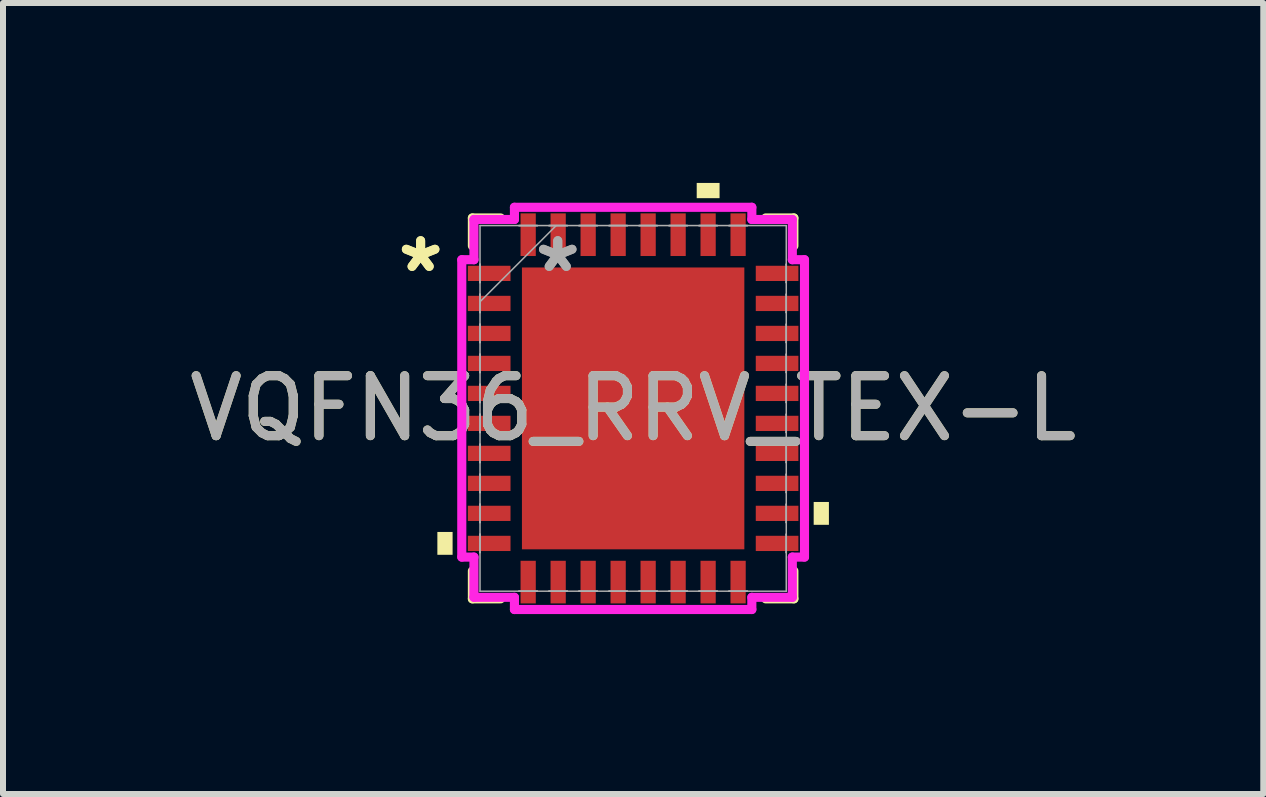
<source format=kicad_pcb>
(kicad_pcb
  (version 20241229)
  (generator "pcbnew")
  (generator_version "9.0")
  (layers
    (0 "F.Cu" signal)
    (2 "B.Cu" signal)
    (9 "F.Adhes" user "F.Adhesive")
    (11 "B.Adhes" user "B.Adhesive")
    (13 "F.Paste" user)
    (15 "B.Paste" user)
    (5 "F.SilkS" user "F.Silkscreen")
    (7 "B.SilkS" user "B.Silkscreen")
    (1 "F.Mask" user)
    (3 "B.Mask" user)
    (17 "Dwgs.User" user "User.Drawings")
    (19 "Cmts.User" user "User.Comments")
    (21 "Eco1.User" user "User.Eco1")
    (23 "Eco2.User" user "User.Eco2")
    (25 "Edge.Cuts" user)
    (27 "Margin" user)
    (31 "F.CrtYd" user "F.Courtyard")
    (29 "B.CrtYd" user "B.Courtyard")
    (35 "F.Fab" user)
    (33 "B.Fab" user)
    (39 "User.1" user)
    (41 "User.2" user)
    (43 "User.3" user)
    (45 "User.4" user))
  (footprint "VQFN36_RRV_TEX-L"
    (layer "F.Cu")
    (at 7.506 3.759)
    (property "Reference" "VQFN36_RRV_TEX-L" (at 0 0 0) (unlocked yes) (layer "F.SilkS") (effects (font (size 1 1) (thickness 0.15))))
    (attr smd)
    (fp_line (start -2.68 -3.175) (end -2.68 -2.71) (stroke (width 0.152) (type solid)) (layer "F.SilkS"))
    (fp_line (start -2.68 2.71) (end -2.68 3.175) (stroke (width 0.152) (type solid)) (layer "F.SilkS"))
    (fp_line (start -2.68 3.175) (end -2.21 3.175) (stroke (width 0.152) (type solid)) (layer "F.SilkS"))
    (fp_line (start -2.21 -3.175) (end -2.68 -3.175) (stroke (width 0.152) (type solid)) (layer "F.SilkS"))
    (fp_line (start 2.21 3.175) (end 2.68 3.175) (stroke (width 0.152) (type solid)) (layer "F.SilkS"))
    (fp_line (start 2.68 -3.175) (end 2.21 -3.175) (stroke (width 0.152) (type solid)) (layer "F.SilkS"))
    (fp_line (start 2.68 -2.71) (end 2.68 -3.175) (stroke (width 0.152) (type solid)) (layer "F.SilkS"))
    (fp_line (start 2.68 3.175) (end 2.68 2.71) (stroke (width 0.152) (type solid)) (layer "F.SilkS"))
    (fp_poly (pts (xy -3.264 2.06) (xy -3.264 2.441) (xy -3.01 2.441) (xy -3.01 2.06)) (stroke (width 0) (type solid)) (fill yes) (layer "F.SilkS"))
    (fp_poly (pts (xy 1.06 -3.505) (xy 1.06 -3.759) (xy 1.441 -3.759) (xy 1.441 -3.505)) (stroke (width 0) (type solid)) (fill yes) (layer "F.SilkS"))
    (fp_poly (pts (xy 3.264 1.56) (xy 3.264 1.941) (xy 3.01 1.941) (xy 3.01 1.56)) (stroke (width 0) (type solid)) (fill yes) (layer "F.SilkS"))
    (fp_line (start -2.857 -2.479) (end -2.654 -2.479) (stroke (width 0.152) (type solid)) (layer "F.CrtYd"))
    (fp_line (start -2.857 2.479) (end -2.857 -2.479) (stroke (width 0.152) (type solid)) (layer "F.CrtYd"))
    (fp_line (start -2.654 -3.15) (end -1.979 -3.15) (stroke (width 0.152) (type solid)) (layer "F.CrtYd"))
    (fp_line (start -2.654 -2.479) (end -2.654 -3.15) (stroke (width 0.152) (type solid)) (layer "F.CrtYd"))
    (fp_line (start -2.654 2.479) (end -2.857 2.479) (stroke (width 0.152) (type solid)) (layer "F.CrtYd"))
    (fp_line (start -2.654 3.15) (end -2.654 2.479) (stroke (width 0.152) (type solid)) (layer "F.CrtYd"))
    (fp_line (start -1.979 -3.353) (end 1.979 -3.353) (stroke (width 0.152) (type solid)) (layer "F.CrtYd"))
    (fp_line (start -1.979 -3.15) (end -1.979 -3.353) (stroke (width 0.152) (type solid)) (layer "F.CrtYd"))
    (fp_line (start -1.979 3.15) (end -2.654 3.15) (stroke (width 0.152) (type solid)) (layer "F.CrtYd"))
    (fp_line (start -1.979 3.353) (end -1.979 3.15) (stroke (width 0.152) (type solid)) (layer "F.CrtYd"))
    (fp_line (start 1.979 -3.353) (end 1.979 -3.15) (stroke (width 0.152) (type solid)) (layer "F.CrtYd"))
    (fp_line (start 1.979 -3.15) (end 2.654 -3.15) (stroke (width 0.152) (type solid)) (layer "F.CrtYd"))
    (fp_line (start 1.979 3.15) (end 1.979 3.353) (stroke (width 0.152) (type solid)) (layer "F.CrtYd"))
    (fp_line (start 1.979 3.353) (end -1.979 3.353) (stroke (width 0.152) (type solid)) (layer "F.CrtYd"))
    (fp_line (start 2.654 -3.15) (end 2.654 -2.479) (stroke (width 0.152) (type solid)) (layer "F.CrtYd"))
    (fp_line (start 2.654 -2.479) (end 2.857 -2.479) (stroke (width 0.152) (type solid)) (layer "F.CrtYd"))
    (fp_line (start 2.654 2.479) (end 2.654 3.15) (stroke (width 0.152) (type solid)) (layer "F.CrtYd"))
    (fp_line (start 2.654 3.15) (end 1.979 3.15) (stroke (width 0.152) (type solid)) (layer "F.CrtYd"))
    (fp_line (start 2.857 -2.479) (end 2.857 2.479) (stroke (width 0.152) (type solid)) (layer "F.CrtYd"))
    (fp_line (start 2.857 2.479) (end 2.654 2.479) (stroke (width 0.152) (type solid)) (layer "F.CrtYd"))
    (fp_line (start -2.553 -3.048) (end -2.553 3.048) (stroke (width 0.025) (type solid)) (layer "F.Fab"))
    (fp_line (start -2.553 -2.403) (end -2.553 -2.403) (stroke (width 0.025) (type solid)) (layer "F.Fab"))
    (fp_line (start -2.553 -2.403) (end -2.553 -2.098) (stroke (width 0.025) (type solid)) (layer "F.Fab"))
    (fp_line (start -2.553 -2.098) (end -2.553 -2.403) (stroke (width 0.025) (type solid)) (layer "F.Fab"))
    (fp_line (start -2.553 -2.098) (end -2.553 -2.098) (stroke (width 0.025) (type solid)) (layer "F.Fab"))
    (fp_line (start -2.553 -1.903) (end -2.553 -1.903) (stroke (width 0.025) (type solid)) (layer "F.Fab"))
    (fp_line (start -2.553 -1.903) (end -2.553 -1.598) (stroke (width 0.025) (type solid)) (layer "F.Fab"))
    (fp_line (start -2.553 -1.778) (end -1.283 -3.048) (stroke (width 0.025) (type solid)) (layer "F.Fab"))
    (fp_line (start -2.553 -1.598) (end -2.553 -1.903) (stroke (width 0.025) (type solid)) (layer "F.Fab"))
    (fp_line (start -2.553 -1.598) (end -2.553 -1.598) (stroke (width 0.025) (type solid)) (layer "F.Fab"))
    (fp_line (start -2.553 -1.403) (end -2.553 -1.403) (stroke (width 0.025) (type solid)) (layer "F.Fab"))
    (fp_line (start -2.553 -1.403) (end -2.553 -1.098) (stroke (width 0.025) (type solid)) (layer "F.Fab"))
    (fp_line (start -2.553 -1.098) (end -2.553 -1.403) (stroke (width 0.025) (type solid)) (layer "F.Fab"))
    (fp_line (start -2.553 -1.098) (end -2.553 -1.098) (stroke (width 0.025) (type solid)) (layer "F.Fab"))
    (fp_line (start -2.553 -0.903) (end -2.553 -0.903) (stroke (width 0.025) (type solid)) (layer "F.Fab"))
    (fp_line (start -2.553 -0.903) (end -2.553 -0.598) (stroke (width 0.025) (type solid)) (layer "F.Fab"))
    (fp_line (start -2.553 -0.598) (end -2.553 -0.903) (stroke (width 0.025) (type solid)) (layer "F.Fab"))
    (fp_line (start -2.553 -0.598) (end -2.553 -0.598) (stroke (width 0.025) (type solid)) (layer "F.Fab"))
    (fp_line (start -2.553 -0.402) (end -2.553 -0.402) (stroke (width 0.025) (type solid)) (layer "F.Fab"))
    (fp_line (start -2.553 -0.402) (end -2.553 -0.098) (stroke (width 0.025) (type solid)) (layer "F.Fab"))
    (fp_line (start -2.553 -0.098) (end -2.553 -0.402) (stroke (width 0.025) (type solid)) (layer "F.Fab"))
    (fp_line (start -2.553 -0.098) (end -2.553 -0.098) (stroke (width 0.025) (type solid)) (layer "F.Fab"))
    (fp_line (start -2.553 0.098) (end -2.553 0.098) (stroke (width 0.025) (type solid)) (layer "F.Fab"))
    (fp_line (start -2.553 0.098) (end -2.553 0.402) (stroke (width 0.025) (type solid)) (layer "F.Fab"))
    (fp_line (start -2.553 0.402) (end -2.553 0.098) (stroke (width 0.025) (type solid)) (layer "F.Fab"))
    (fp_line (start -2.553 0.402) (end -2.553 0.402) (stroke (width 0.025) (type solid)) (layer "F.Fab"))
    (fp_line (start -2.553 0.598) (end -2.553 0.598) (stroke (width 0.025) (type solid)) (layer "F.Fab"))
    (fp_line (start -2.553 0.598) (end -2.553 0.903) (stroke (width 0.025) (type solid)) (layer "F.Fab"))
    (fp_line (start -2.553 0.903) (end -2.553 0.598) (stroke (width 0.025) (type solid)) (layer "F.Fab"))
    (fp_line (start -2.553 0.903) (end -2.553 0.903) (stroke (width 0.025) (type solid)) (layer "F.Fab"))
    (fp_line (start -2.553 1.098) (end -2.553 1.098) (stroke (width 0.025) (type solid)) (layer "F.Fab"))
    (fp_line (start -2.553 1.098) (end -2.553 1.403) (stroke (width 0.025) (type solid)) (layer "F.Fab"))
    (fp_line (start -2.553 1.403) (end -2.553 1.098) (stroke (width 0.025) (type solid)) (layer "F.Fab"))
    (fp_line (start -2.553 1.403) (end -2.553 1.403) (stroke (width 0.025) (type solid)) (layer "F.Fab"))
    (fp_line (start -2.553 1.598) (end -2.553 1.598) (stroke (width 0.025) (type solid)) (layer "F.Fab"))
    (fp_line (start -2.553 1.598) (end -2.553 1.903) (stroke (width 0.025) (type solid)) (layer "F.Fab"))
    (fp_line (start -2.553 1.903) (end -2.553 1.598) (stroke (width 0.025) (type solid)) (layer "F.Fab"))
    (fp_line (start -2.553 1.903) (end -2.553 1.903) (stroke (width 0.025) (type solid)) (layer "F.Fab"))
    (fp_line (start -2.553 2.098) (end -2.553 2.098) (stroke (width 0.025) (type solid)) (layer "F.Fab"))
    (fp_line (start -2.553 2.098) (end -2.553 2.403) (stroke (width 0.025) (type solid)) (layer "F.Fab"))
    (fp_line (start -2.553 2.403) (end -2.553 2.098) (stroke (width 0.025) (type solid)) (layer "F.Fab"))
    (fp_line (start -2.553 2.403) (end -2.553 2.403) (stroke (width 0.025) (type solid)) (layer "F.Fab"))
    (fp_line (start -2.553 3.048) (end 2.553 3.048) (stroke (width 0.025) (type solid)) (layer "F.Fab"))
    (fp_line (start -1.903 -3.048) (end -1.903 -3.048) (stroke (width 0.025) (type solid)) (layer "F.Fab"))
    (fp_line (start -1.903 -3.048) (end -1.598 -3.048) (stroke (width 0.025) (type solid)) (layer "F.Fab"))
    (fp_line (start -1.903 3.048) (end -1.903 3.048) (stroke (width 0.025) (type solid)) (layer "F.Fab"))
    (fp_line (start -1.903 3.048) (end -1.598 3.048) (stroke (width 0.025) (type solid)) (layer "F.Fab"))
    (fp_line (start -1.598 -3.048) (end -1.903 -3.048) (stroke (width 0.025) (type solid)) (layer "F.Fab"))
    (fp_line (start -1.598 -3.048) (end -1.598 -3.048) (stroke (width 0.025) (type solid)) (layer "F.Fab"))
    (fp_line (start -1.598 3.048) (end -1.903 3.048) (stroke (width 0.025) (type solid)) (layer "F.Fab"))
    (fp_line (start -1.598 3.048) (end -1.598 3.048) (stroke (width 0.025) (type solid)) (layer "F.Fab"))
    (fp_line (start -1.403 -3.048) (end -1.403 -3.048) (stroke (width 0.025) (type solid)) (layer "F.Fab"))
    (fp_line (start -1.403 -3.048) (end -1.098 -3.048) (stroke (width 0.025) (type solid)) (layer "F.Fab"))
    (fp_line (start -1.403 3.048) (end -1.403 3.048) (stroke (width 0.025) (type solid)) (layer "F.Fab"))
    (fp_line (start -1.403 3.048) (end -1.098 3.048) (stroke (width 0.025) (type solid)) (layer "F.Fab"))
    (fp_line (start -1.098 -3.048) (end -1.403 -3.048) (stroke (width 0.025) (type solid)) (layer "F.Fab"))
    (fp_line (start -1.098 -3.048) (end -1.098 -3.048) (stroke (width 0.025) (type solid)) (layer "F.Fab"))
    (fp_line (start -1.098 3.048) (end -1.403 3.048) (stroke (width 0.025) (type solid)) (layer "F.Fab"))
    (fp_line (start -1.098 3.048) (end -1.098 3.048) (stroke (width 0.025) (type solid)) (layer "F.Fab"))
    (fp_line (start -0.903 -3.048) (end -0.903 -3.048) (stroke (width 0.025) (type solid)) (layer "F.Fab"))
    (fp_line (start -0.903 -3.048) (end -0.598 -3.048) (stroke (width 0.025) (type solid)) (layer "F.Fab"))
    (fp_line (start -0.903 3.048) (end -0.903 3.048) (stroke (width 0.025) (type solid)) (layer "F.Fab"))
    (fp_line (start -0.903 3.048) (end -0.598 3.048) (stroke (width 0.025) (type solid)) (layer "F.Fab"))
    (fp_line (start -0.598 -3.048) (end -0.903 -3.048) (stroke (width 0.025) (type solid)) (layer "F.Fab"))
    (fp_line (start -0.598 -3.048) (end -0.598 -3.048) (stroke (width 0.025) (type solid)) (layer "F.Fab"))
    (fp_line (start -0.598 3.048) (end -0.903 3.048) (stroke (width 0.025) (type solid)) (layer "F.Fab"))
    (fp_line (start -0.598 3.048) (end -0.598 3.048) (stroke (width 0.025) (type solid)) (layer "F.Fab"))
    (fp_line (start -0.402 -3.048) (end -0.402 -3.048) (stroke (width 0.025) (type solid)) (layer "F.Fab"))
    (fp_line (start -0.402 -3.048) (end -0.098 -3.048) (stroke (width 0.025) (type solid)) (layer "F.Fab"))
    (fp_line (start -0.402 3.048) (end -0.402 3.048) (stroke (width 0.025) (type solid)) (layer "F.Fab"))
    (fp_line (start -0.402 3.048) (end -0.098 3.048) (stroke (width 0.025) (type solid)) (layer "F.Fab"))
    (fp_line (start -0.098 -3.048) (end -0.402 -3.048) (stroke (width 0.025) (type solid)) (layer "F.Fab"))
    (fp_line (start -0.098 -3.048) (end -0.098 -3.048) (stroke (width 0.025) (type solid)) (layer "F.Fab"))
    (fp_line (start -0.098 3.048) (end -0.402 3.048) (stroke (width 0.025) (type solid)) (layer "F.Fab"))
    (fp_line (start -0.098 3.048) (end -0.098 3.048) (stroke (width 0.025) (type solid)) (layer "F.Fab"))
    (fp_line (start 0.098 -3.048) (end 0.098 -3.048) (stroke (width 0.025) (type solid)) (layer "F.Fab"))
    (fp_line (start 0.098 -3.048) (end 0.402 -3.048) (stroke (width 0.025) (type solid)) (layer "F.Fab"))
    (fp_line (start 0.098 3.048) (end 0.098 3.048) (stroke (width 0.025) (type solid)) (layer "F.Fab"))
    (fp_line (start 0.098 3.048) (end 0.402 3.048) (stroke (width 0.025) (type solid)) (layer "F.Fab"))
    (fp_line (start 0.402 -3.048) (end 0.098 -3.048) (stroke (width 0.025) (type solid)) (layer "F.Fab"))
    (fp_line (start 0.402 -3.048) (end 0.402 -3.048) (stroke (width 0.025) (type solid)) (layer "F.Fab"))
    (fp_line (start 0.402 3.048) (end 0.098 3.048) (stroke (width 0.025) (type solid)) (layer "F.Fab"))
    (fp_line (start 0.402 3.048) (end 0.402 3.048) (stroke (width 0.025) (type solid)) (layer "F.Fab"))
    (fp_line (start 0.598 -3.048) (end 0.598 -3.048) (stroke (width 0.025) (type solid)) (layer "F.Fab"))
    (fp_line (start 0.598 -3.048) (end 0.903 -3.048) (stroke (width 0.025) (type solid)) (layer "F.Fab"))
    (fp_line (start 0.598 3.048) (end 0.598 3.048) (stroke (width 0.025) (type solid)) (layer "F.Fab"))
    (fp_line (start 0.598 3.048) (end 0.903 3.048) (stroke (width 0.025) (type solid)) (layer "F.Fab"))
    (fp_line (start 0.903 -3.048) (end 0.598 -3.048) (stroke (width 0.025) (type solid)) (layer "F.Fab"))
    (fp_line (start 0.903 -3.048) (end 0.903 -3.048) (stroke (width 0.025) (type solid)) (layer "F.Fab"))
    (fp_line (start 0.903 3.048) (end 0.598 3.048) (stroke (width 0.025) (type solid)) (layer "F.Fab"))
    (fp_line (start 0.903 3.048) (end 0.903 3.048) (stroke (width 0.025) (type solid)) (layer "F.Fab"))
    (fp_line (start 1.098 -3.048) (end 1.098 -3.048) (stroke (width 0.025) (type solid)) (layer "F.Fab"))
    (fp_line (start 1.098 -3.048) (end 1.403 -3.048) (stroke (width 0.025) (type solid)) (layer "F.Fab"))
    (fp_line (start 1.098 3.048) (end 1.098 3.048) (stroke (width 0.025) (type solid)) (layer "F.Fab"))
    (fp_line (start 1.098 3.048) (end 1.403 3.048) (stroke (width 0.025) (type solid)) (layer "F.Fab"))
    (fp_line (start 1.403 -3.048) (end 1.098 -3.048) (stroke (width 0.025) (type solid)) (layer "F.Fab"))
    (fp_line (start 1.403 -3.048) (end 1.403 -3.048) (stroke (width 0.025) (type solid)) (layer "F.Fab"))
    (fp_line (start 1.403 3.048) (end 1.098 3.048) (stroke (width 0.025) (type solid)) (layer "F.Fab"))
    (fp_line (start 1.403 3.048) (end 1.403 3.048) (stroke (width 0.025) (type solid)) (layer "F.Fab"))
    (fp_line (start 1.598 -3.048) (end 1.598 -3.048) (stroke (width 0.025) (type solid)) (layer "F.Fab"))
    (fp_line (start 1.598 -3.048) (end 1.903 -3.048) (stroke (width 0.025) (type solid)) (layer "F.Fab"))
    (fp_line (start 1.598 3.048) (end 1.598 3.048) (stroke (width 0.025) (type solid)) (layer "F.Fab"))
    (fp_line (start 1.598 3.048) (end 1.903 3.048) (stroke (width 0.025) (type solid)) (layer "F.Fab"))
    (fp_line (start 1.903 -3.048) (end 1.598 -3.048) (stroke (width 0.025) (type solid)) (layer "F.Fab"))
    (fp_line (start 1.903 -3.048) (end 1.903 -3.048) (stroke (width 0.025) (type solid)) (layer "F.Fab"))
    (fp_line (start 1.903 3.048) (end 1.598 3.048) (stroke (width 0.025) (type solid)) (layer "F.Fab"))
    (fp_line (start 1.903 3.048) (end 1.903 3.048) (stroke (width 0.025) (type solid)) (layer "F.Fab"))
    (fp_line (start 2.553 -3.048) (end -2.553 -3.048) (stroke (width 0.025) (type solid)) (layer "F.Fab"))
    (fp_line (start 2.553 -2.403) (end 2.553 -2.403) (stroke (width 0.025) (type solid)) (layer "F.Fab"))
    (fp_line (start 2.553 -2.403) (end 2.553 -2.098) (stroke (width 0.025) (type solid)) (layer "F.Fab"))
    (fp_line (start 2.553 -2.098) (end 2.553 -2.403) (stroke (width 0.025) (type solid)) (layer "F.Fab"))
    (fp_line (start 2.553 -2.098) (end 2.553 -2.098) (stroke (width 0.025) (type solid)) (layer "F.Fab"))
    (fp_line (start 2.553 -1.903) (end 2.553 -1.903) (stroke (width 0.025) (type solid)) (layer "F.Fab"))
    (fp_line (start 2.553 -1.903) (end 2.553 -1.598) (stroke (width 0.025) (type solid)) (layer "F.Fab"))
    (fp_line (start 2.553 -1.598) (end 2.553 -1.903) (stroke (width 0.025) (type solid)) (layer "F.Fab"))
    (fp_line (start 2.553 -1.598) (end 2.553 -1.598) (stroke (width 0.025) (type solid)) (layer "F.Fab"))
    (fp_line (start 2.553 -1.403) (end 2.553 -1.403) (stroke (width 0.025) (type solid)) (layer "F.Fab"))
    (fp_line (start 2.553 -1.403) (end 2.553 -1.098) (stroke (width 0.025) (type solid)) (layer "F.Fab"))
    (fp_line (start 2.553 -1.098) (end 2.553 -1.403) (stroke (width 0.025) (type solid)) (layer "F.Fab"))
    (fp_line (start 2.553 -1.098) (end 2.553 -1.098) (stroke (width 0.025) (type solid)) (layer "F.Fab"))
    (fp_line (start 2.553 -0.903) (end 2.553 -0.903) (stroke (width 0.025) (type solid)) (layer "F.Fab"))
    (fp_line (start 2.553 -0.903) (end 2.553 -0.598) (stroke (width 0.025) (type solid)) (layer "F.Fab"))
    (fp_line (start 2.553 -0.598) (end 2.553 -0.903) (stroke (width 0.025) (type solid)) (layer "F.Fab"))
    (fp_line (start 2.553 -0.598) (end 2.553 -0.598) (stroke (width 0.025) (type solid)) (layer "F.Fab"))
    (fp_line (start 2.553 -0.402) (end 2.553 -0.402) (stroke (width 0.025) (type solid)) (layer "F.Fab"))
    (fp_line (start 2.553 -0.402) (end 2.553 -0.098) (stroke (width 0.025) (type solid)) (layer "F.Fab"))
    (fp_line (start 2.553 -0.098) (end 2.553 -0.402) (stroke (width 0.025) (type solid)) (layer "F.Fab"))
    (fp_line (start 2.553 -0.098) (end 2.553 -0.098) (stroke (width 0.025) (type solid)) (layer "F.Fab"))
    (fp_line (start 2.553 0.098) (end 2.553 0.098) (stroke (width 0.025) (type solid)) (layer "F.Fab"))
    (fp_line (start 2.553 0.098) (end 2.553 0.402) (stroke (width 0.025) (type solid)) (layer "F.Fab"))
    (fp_line (start 2.553 0.402) (end 2.553 0.098) (stroke (width 0.025) (type solid)) (layer "F.Fab"))
    (fp_line (start 2.553 0.402) (end 2.553 0.402) (stroke (width 0.025) (type solid)) (layer "F.Fab"))
    (fp_line (start 2.553 0.598) (end 2.553 0.598) (stroke (width 0.025) (type solid)) (layer "F.Fab"))
    (fp_line (start 2.553 0.598) (end 2.553 0.903) (stroke (width 0.025) (type solid)) (layer "F.Fab"))
    (fp_line (start 2.553 0.903) (end 2.553 0.598) (stroke (width 0.025) (type solid)) (layer "F.Fab"))
    (fp_line (start 2.553 0.903) (end 2.553 0.903) (stroke (width 0.025) (type solid)) (layer "F.Fab"))
    (fp_line (start 2.553 1.098) (end 2.553 1.098) (stroke (width 0.025) (type solid)) (layer "F.Fab"))
    (fp_line (start 2.553 1.098) (end 2.553 1.403) (stroke (width 0.025) (type solid)) (layer "F.Fab"))
    (fp_line (start 2.553 1.403) (end 2.553 1.098) (stroke (width 0.025) (type solid)) (layer "F.Fab"))
    (fp_line (start 2.553 1.403) (end 2.553 1.403) (stroke (width 0.025) (type solid)) (layer "F.Fab"))
    (fp_line (start 2.553 1.598) (end 2.553 1.598) (stroke (width 0.025) (type solid)) (layer "F.Fab"))
    (fp_line (start 2.553 1.598) (end 2.553 1.903) (stroke (width 0.025) (type solid)) (layer "F.Fab"))
    (fp_line (start 2.553 1.903) (end 2.553 1.598) (stroke (width 0.025) (type solid)) (layer "F.Fab"))
    (fp_line (start 2.553 1.903) (end 2.553 1.903) (stroke (width 0.025) (type solid)) (layer "F.Fab"))
    (fp_line (start 2.553 2.098) (end 2.553 2.098) (stroke (width 0.025) (type solid)) (layer "F.Fab"))
    (fp_line (start 2.553 2.098) (end 2.553 2.403) (stroke (width 0.025) (type solid)) (layer "F.Fab"))
    (fp_line (start 2.553 2.403) (end 2.553 2.098) (stroke (width 0.025) (type solid)) (layer "F.Fab"))
    (fp_line (start 2.553 2.403) (end 2.553 2.403) (stroke (width 0.025) (type solid)) (layer "F.Fab"))
    (fp_line (start 2.553 3.048) (end 2.553 -3.048) (stroke (width 0.025) (type solid)) (layer "F.Fab"))
    (fp_text user "*" (at -3.543 -2.251 0) (layer "F.SilkS") (effects (font (size 1 1) (thickness 0.15))))
    (fp_text user "*" (at -3.543 -2.251 0) (unlocked yes) (layer "F.SilkS") (effects (font (size 1 1) (thickness 0.15))))
    (fp_text user "*" (at -1.257 -2.251 0) (unlocked yes) (layer "F.Fab") (effects (font (size 1 1) (thickness 0.15))))
    (fp_text user "*" (at -1.257 -2.251 0) (layer "F.Fab") (effects (font (size 1 1) (thickness 0.15))))
    (fp_text user "${REFERENCE}" (at 0 0 0) (unlocked yes) (layer "F.Fab") (effects (font (size 1 1) (thickness 0.15))))
    (pad "1" smd rect (at -2.4 -2.251 90) (size 0.254 0.711) (layers "F.Cu" "F.Mask" "F.Paste"))
    (pad "2" smd rect (at -2.4 -1.75 90) (size 0.254 0.711) (layers "F.Cu" "F.Mask" "F.Paste"))
    (pad "3" smd rect (at -2.4 -1.25 90) (size 0.254 0.711) (layers "F.Cu" "F.Mask" "F.Paste"))
    (pad "4" smd rect (at -2.4 -0.75 90) (size 0.254 0.711) (layers "F.Cu" "F.Mask" "F.Paste"))
    (pad "5" smd rect (at -2.4 -0.25 90) (size 0.254 0.711) (layers "F.Cu" "F.Mask" "F.Paste"))
    (pad "6" smd rect (at -2.4 0.25 90) (size 0.254 0.711) (layers "F.Cu" "F.Mask" "F.Paste"))
    (pad "7" smd rect (at -2.4 0.75 90) (size 0.254 0.711) (layers "F.Cu" "F.Mask" "F.Paste"))
    (pad "8" smd rect (at -2.4 1.25 90) (size 0.254 0.711) (layers "F.Cu" "F.Mask" "F.Paste"))
    (pad "9" smd rect (at -2.4 1.75 90) (size 0.254 0.711) (layers "F.Cu" "F.Mask" "F.Paste"))
    (pad "10" smd rect (at -2.4 2.251 90) (size 0.254 0.711) (layers "F.Cu" "F.Mask" "F.Paste"))
    (pad "11" smd rect (at -1.75 2.896) (size 0.254 0.711) (layers "F.Cu" "F.Mask" "F.Paste"))
    (pad "12" smd rect (at -1.25 2.896) (size 0.254 0.711) (layers "F.Cu" "F.Mask" "F.Paste"))
    (pad "13" smd rect (at -0.75 2.896) (size 0.254 0.711) (layers "F.Cu" "F.Mask" "F.Paste"))
    (pad "14" smd rect (at -0.25 2.896) (size 0.254 0.711) (layers "F.Cu" "F.Mask" "F.Paste"))
    (pad "15" smd rect (at 0.25 2.896) (size 0.254 0.711) (layers "F.Cu" "F.Mask" "F.Paste"))
    (pad "16" smd rect (at 0.75 2.896) (size 0.254 0.711) (layers "F.Cu" "F.Mask" "F.Paste"))
    (pad "17" smd rect (at 1.25 2.896) (size 0.254 0.711) (layers "F.Cu" "F.Mask" "F.Paste"))
    (pad "18" smd rect (at 1.75 2.896) (size 0.254 0.711) (layers "F.Cu" "F.Mask" "F.Paste"))
    (pad "19" smd rect (at 2.4 2.251 90) (size 0.254 0.711) (layers "F.Cu" "F.Mask" "F.Paste"))
    (pad "20" smd rect (at 2.4 1.75 90) (size 0.254 0.711) (layers "F.Cu" "F.Mask" "F.Paste"))
    (pad "21" smd rect (at 2.4 1.25 90) (size 0.254 0.711) (layers "F.Cu" "F.Mask" "F.Paste"))
    (pad "22" smd rect (at 2.4 0.75 90) (size 0.254 0.711) (layers "F.Cu" "F.Mask" "F.Paste"))
    (pad "23" smd rect (at 2.4 0.25 90) (size 0.254 0.711) (layers "F.Cu" "F.Mask" "F.Paste"))
    (pad "24" smd rect (at 2.4 -0.25 90) (size 0.254 0.711) (layers "F.Cu" "F.Mask" "F.Paste"))
    (pad "25" smd rect (at 2.4 -0.75 90) (size 0.254 0.711) (layers "F.Cu" "F.Mask" "F.Paste"))
    (pad "26" smd rect (at 2.4 -1.25 90) (size 0.254 0.711) (layers "F.Cu" "F.Mask" "F.Paste"))
    (pad "27" smd rect (at 2.4 -1.75 90) (size 0.254 0.711) (layers "F.Cu" "F.Mask" "F.Paste"))
    (pad "28" smd rect (at 2.4 -2.251 90) (size 0.254 0.711) (layers "F.Cu" "F.Mask" "F.Paste"))
    (pad "29" smd rect (at 1.75 -2.896) (size 0.254 0.711) (layers "F.Cu" "F.Mask" "F.Paste"))
    (pad "30" smd rect (at 1.25 -2.896) (size 0.254 0.711) (layers "F.Cu" "F.Mask" "F.Paste"))
    (pad "31" smd rect (at 0.75 -2.896) (size 0.254 0.711) (layers "F.Cu" "F.Mask" "F.Paste"))
    (pad "32" smd rect (at 0.25 -2.896) (size 0.254 0.711) (layers "F.Cu" "F.Mask" "F.Paste"))
    (pad "33" smd rect (at -0.25 -2.896) (size 0.254 0.711) (layers "F.Cu" "F.Mask" "F.Paste"))
    (pad "34" smd rect (at -0.75 -2.896) (size 0.254 0.711) (layers "F.Cu" "F.Mask" "F.Paste"))
    (pad "35" smd rect (at -1.25 -2.896) (size 0.254 0.711) (layers "F.Cu" "F.Mask" "F.Paste"))
    (pad "36" smd rect (at -1.75 -2.896) (size 0.254 0.711) (layers "F.Cu" "F.Mask" "F.Paste"))
    (pad "37" smd rect (at 0 0) (size 3.708 4.699) (layers "F.Cu" "F.Mask" "F.Paste")))
  (gr_rect
    (start -3 -3)
    (end 18.012 10.188)
    (stroke (width 0.1) (type default))
    (fill no)
    (layer "Edge.Cuts")))
</source>
